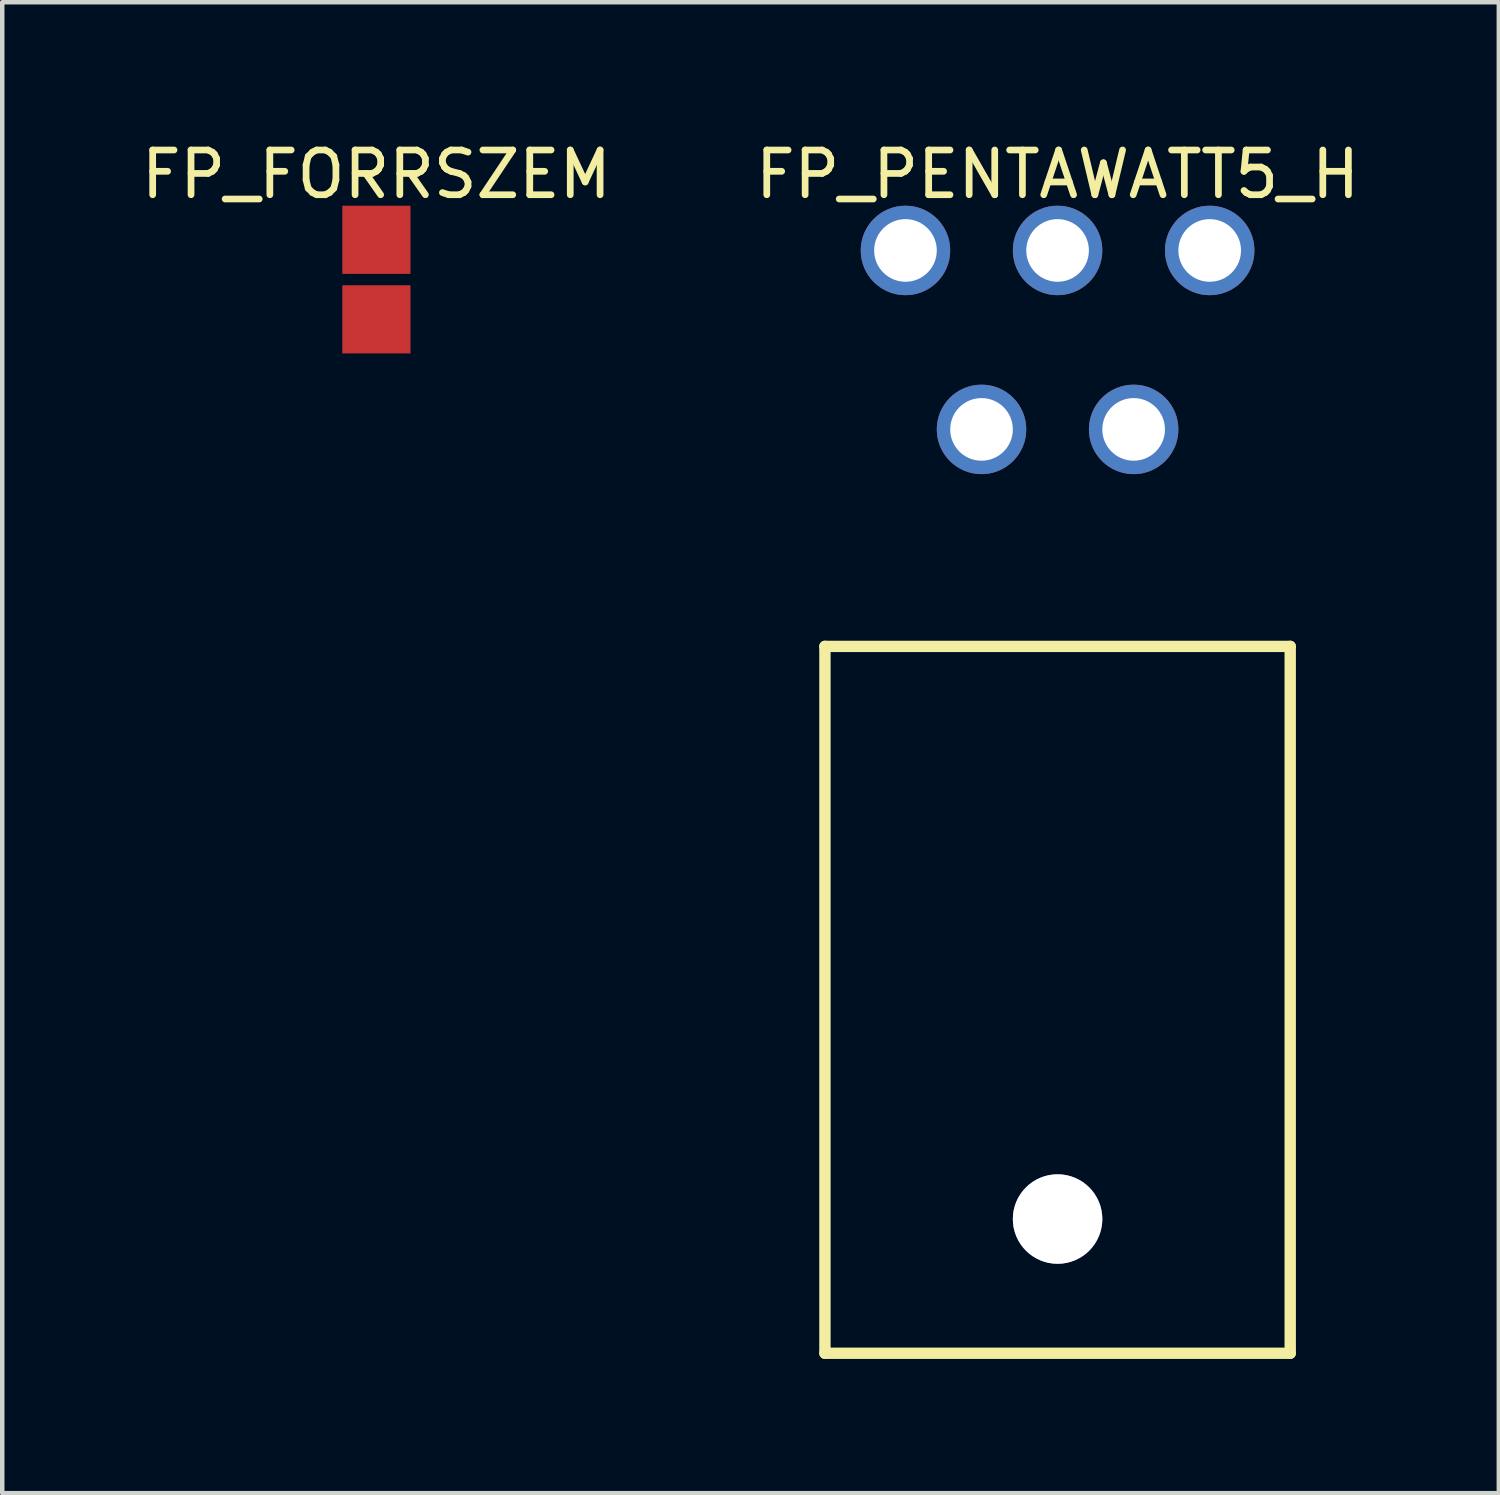
<source format=kicad_pcb>
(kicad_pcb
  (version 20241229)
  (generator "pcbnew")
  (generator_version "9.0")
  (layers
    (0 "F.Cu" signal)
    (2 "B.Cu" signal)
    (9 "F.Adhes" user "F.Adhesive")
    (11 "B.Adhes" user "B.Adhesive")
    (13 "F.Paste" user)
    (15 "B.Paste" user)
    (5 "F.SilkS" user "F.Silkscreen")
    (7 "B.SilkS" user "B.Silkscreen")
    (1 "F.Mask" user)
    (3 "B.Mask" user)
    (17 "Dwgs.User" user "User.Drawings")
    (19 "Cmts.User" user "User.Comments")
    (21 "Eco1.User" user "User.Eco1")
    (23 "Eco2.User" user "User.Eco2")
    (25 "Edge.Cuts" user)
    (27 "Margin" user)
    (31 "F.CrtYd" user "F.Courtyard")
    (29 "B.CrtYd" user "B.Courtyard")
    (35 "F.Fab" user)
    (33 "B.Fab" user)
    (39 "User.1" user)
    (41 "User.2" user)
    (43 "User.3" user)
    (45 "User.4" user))
  (footprint "FP_FORRSZEM"
    (layer "F.Cu")
    (at 5.363 3.199)
    (property "Reference" "FP_FORRSZEM" (at 0 -2.351 0) (layer "F.SilkS") (effects (font (size 1 1) (thickness 0.15))))
    (pad "1" smd rect (at 0 0.889 270) (size 1.524 1.524) (layers "F.Cu" "F.Mask" "F.Paste"))
    (pad "2" smd rect (at 0 -0.889 270) (size 1.524 1.524) (layers "F.Cu" "F.Mask" "F.Paste")))
  (footprint "FP_PENTAWATT5_H"
    (layer "F.Cu")
    (at 20.589 2.548)
    (property "Reference" "FP_PENTAWATT5_H" (at 0 -1.7 0) (layer "F.SilkS") (effects (font (size 1 1) (thickness 0.15))))
    (fp_line (start -5.2 8.85) (end 5.2 8.85) (stroke (width 0.254) (type solid)) (layer "F.SilkS"))
    (fp_line (start -5.2 24.65) (end -5.2 8.85) (stroke (width 0.254) (type solid)) (layer "F.SilkS"))
    (fp_line (start -5.2 24.65) (end 5.2 24.65) (stroke (width 0.254) (type solid)) (layer "F.SilkS"))
    (fp_line (start 5.2 24.65) (end 5.2 8.85) (stroke (width 0.254) (type solid)) (layer "F.SilkS"))
    (pad "1" thru_hole circle (at 3.4 0 270) (size 2 2) (drill 1.4) (layers "*.Cu" "*.Mask"))
    (pad "2" thru_hole circle (at 1.7 4 270) (size 2 2) (drill 1.4) (layers "*.Cu" "*.Mask"))
    (pad "3" thru_hole circle (at 0 0 270) (size 2 2) (drill 1.4) (layers "*.Cu" "*.Mask"))
    (pad "4" thru_hole circle (at -1.7 4 270) (size 2 2) (drill 1.4) (layers "*.Cu" "*.Mask"))
    (pad "5" thru_hole circle (at -3.4 0 270) (size 2 2) (drill 1.4) (layers "*.Cu" "*.Mask"))
    (pad "NC" thru_hole circle (at 0 21.65 270) (size 2 2) (drill 3.85) (layers "*.Cu" "*.Mask")))
  (gr_rect
    (start -3 -3)
    (end 30.452 30.325)
    (stroke (width 0.1) (type default))
    (fill no)
    (layer "Edge.Cuts")))
</source>
